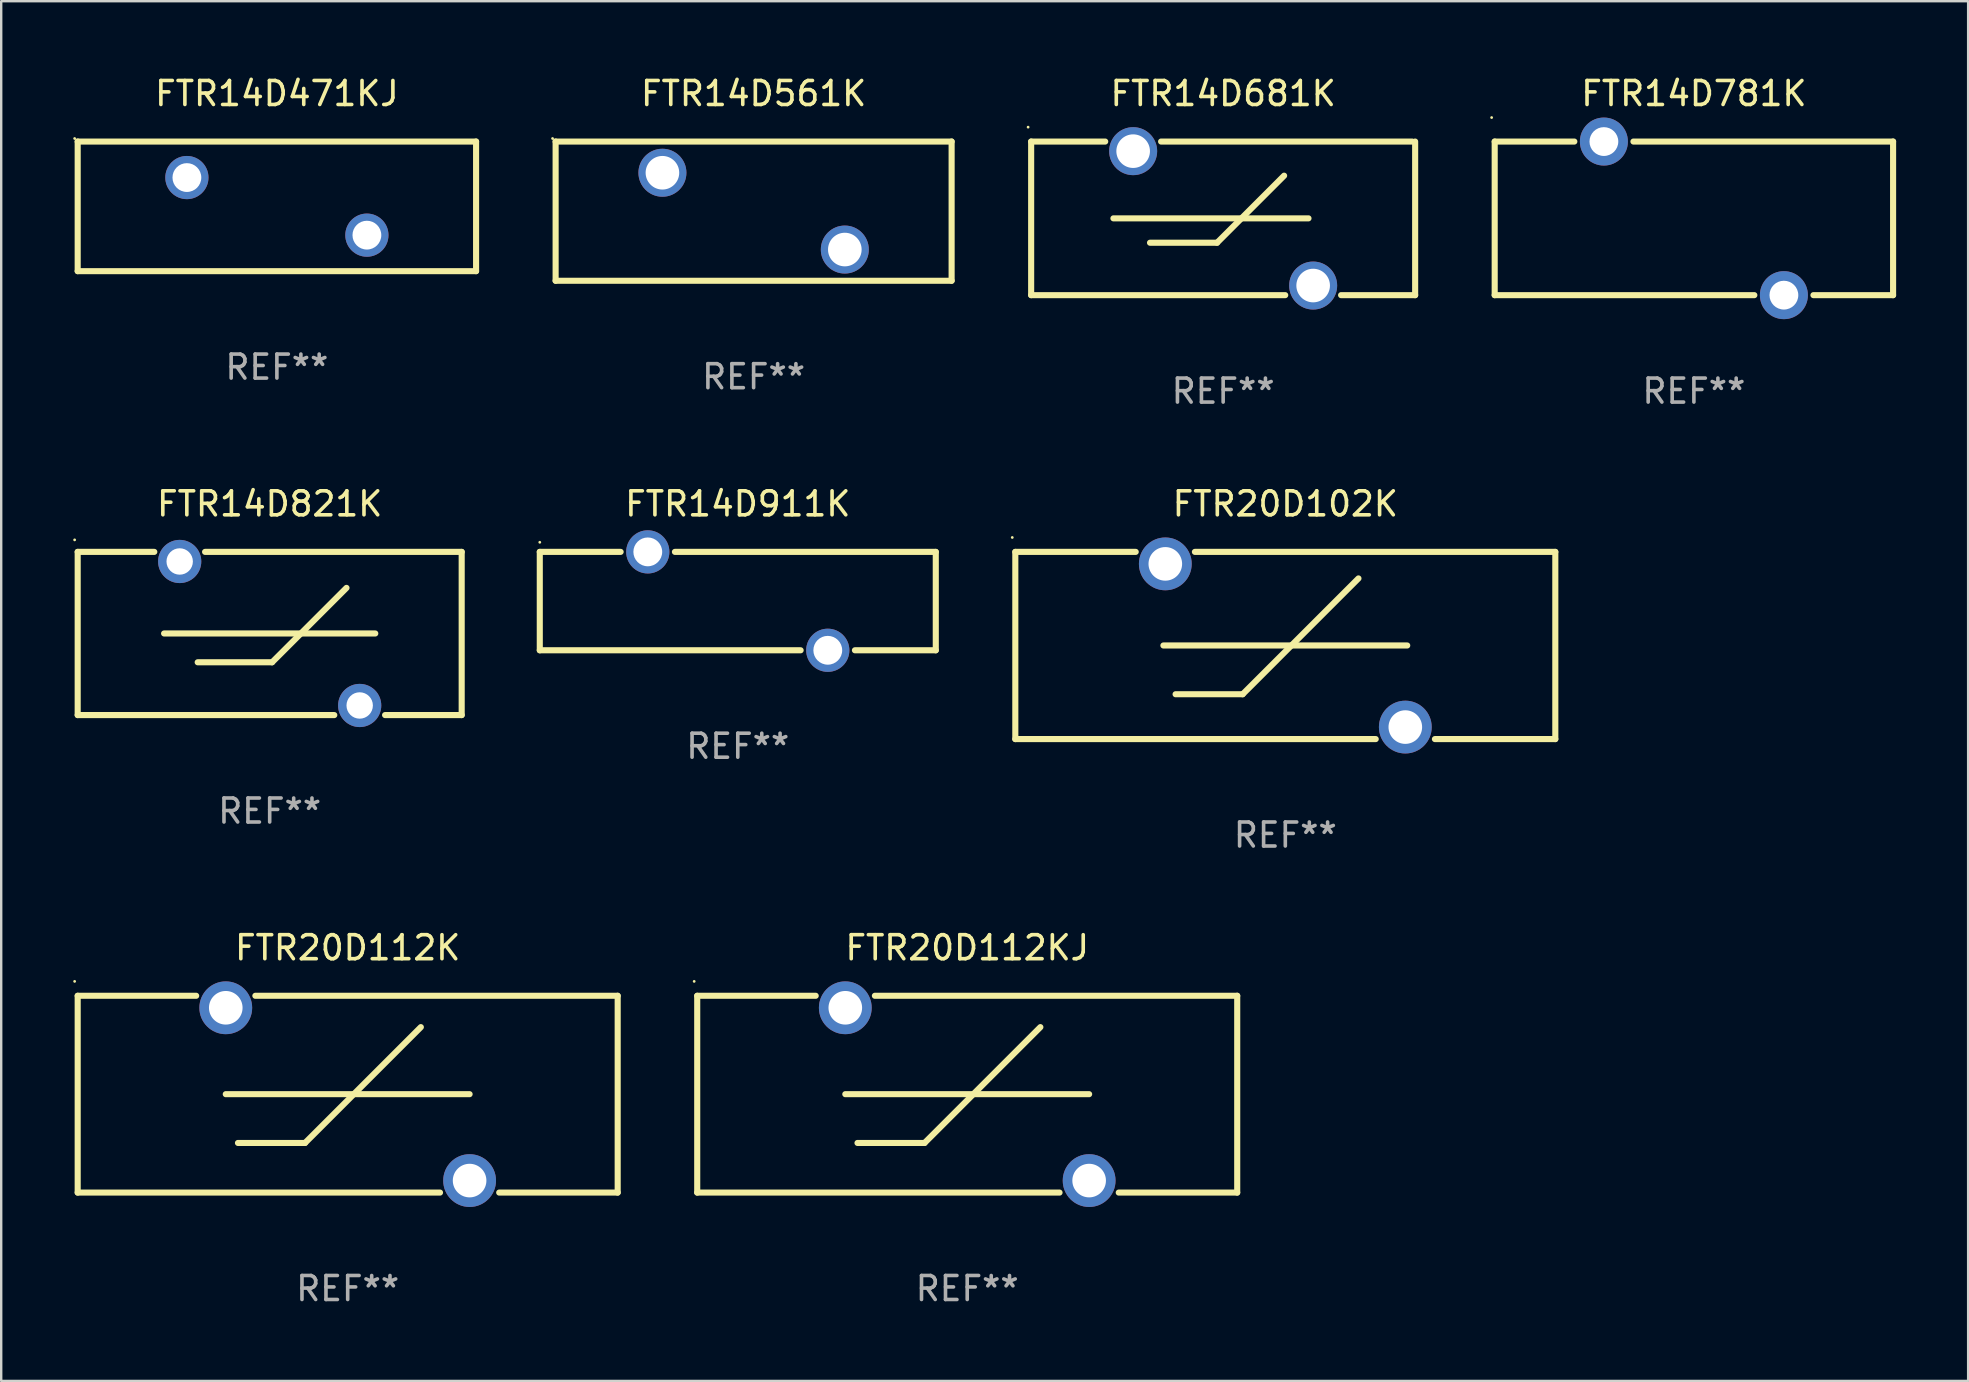
<source format=kicad_pcb>
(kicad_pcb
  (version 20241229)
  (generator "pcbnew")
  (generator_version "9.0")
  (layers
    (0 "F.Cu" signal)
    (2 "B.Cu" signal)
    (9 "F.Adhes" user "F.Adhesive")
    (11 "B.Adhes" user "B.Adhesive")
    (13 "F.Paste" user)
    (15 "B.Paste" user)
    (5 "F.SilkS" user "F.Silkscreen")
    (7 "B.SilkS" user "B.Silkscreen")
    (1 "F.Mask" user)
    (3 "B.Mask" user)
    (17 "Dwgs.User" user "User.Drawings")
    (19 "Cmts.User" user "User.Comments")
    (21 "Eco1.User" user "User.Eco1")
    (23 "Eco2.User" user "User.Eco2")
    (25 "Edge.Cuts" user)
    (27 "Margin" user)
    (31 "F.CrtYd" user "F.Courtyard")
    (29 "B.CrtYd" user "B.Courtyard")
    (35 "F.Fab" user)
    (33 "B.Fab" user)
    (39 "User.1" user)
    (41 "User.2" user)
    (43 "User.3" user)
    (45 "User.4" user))
  (footprint "FTR14D821K"
    (layer "F.Cu")
    (at 8.187 23.345)
    (property "Reference" "FTR14D821K" (at 0 -5.4 0) (layer "F.SilkS") (effects (font (size 1 1) (thickness 0.15))))
    (attr through_hole)
    (fp_line (start -8 -3.4) (end -8 3.4) (stroke (width 0.254) (type solid)) (layer "F.SilkS"))
    (fp_line (start -8 -3.4) (end -4.808 -3.4) (stroke (width 0.254) (type solid)) (layer "F.SilkS"))
    (fp_line (start -8 3.4) (end 2.692 3.4) (stroke (width 0.254) (type solid)) (layer "F.SilkS"))
    (fp_line (start -4.4 0) (end 4.4 0) (stroke (width 0.254) (type solid)) (layer "F.SilkS"))
    (fp_line (start -3 1.2) (end 0.1 1.2) (stroke (width 0.254) (type solid)) (layer "F.SilkS"))
    (fp_line (start -2.692 -3.4) (end 8 -3.4) (stroke (width 0.254) (type solid)) (layer "F.SilkS"))
    (fp_line (start 0.1 1.2) (end 3.2 -1.9) (stroke (width 0.254) (type solid)) (layer "F.SilkS"))
    (fp_line (start 4.808 3.4) (end 8 3.4) (stroke (width 0.254) (type solid)) (layer "F.SilkS"))
    (fp_line (start 8 -3.4) (end 8 3.4) (stroke (width 0.254) (type solid)) (layer "F.SilkS"))
    (fp_circle (center -8.127 -3.9) (end -8.097 -3.9) (stroke (width 0.06) (type solid)) (fill no) (layer "F.SilkS"))
    (fp_text user "REF**" (at 0 7.4 0) (layer "F.Fab") (effects (font (size 1 1) (thickness 0.15))))
    (pad "1" thru_hole circle (at -3.75 -3) (size 1.8 1.8) (drill 1.1) (layers "*.Cu" "*.Mask"))
    (pad "2" thru_hole circle (at 3.75 3) (size 1.8 1.8) (drill 1.1) (layers "*.Cu" "*.Mask")))
  (footprint "FTR14D561K"
    (layer "F.Cu")
    (at 28.351 5.748)
    (property "Reference" "FTR14D561K" (at 0 -4.9 0) (layer "F.SilkS") (effects (font (size 1 1) (thickness 0.15))))
    (attr through_hole)
    (fp_line (start -8.25 -2.9) (end -8.25 2.9) (stroke (width 0.254) (type solid)) (layer "F.SilkS"))
    (fp_line (start -8.25 -2.9) (end 8.25 -2.9) (stroke (width 0.254) (type solid)) (layer "F.SilkS"))
    (fp_line (start 8.25 -2.9) (end 8.25 2.9) (stroke (width 0.254) (type solid)) (layer "F.SilkS"))
    (fp_line (start 8.25 2.9) (end -8.25 2.9) (stroke (width 0.254) (type solid)) (layer "F.SilkS"))
    (fp_circle (center -8.377 -3.027) (end -8.347 -3.027) (stroke (width 0.06) (type solid)) (fill no) (layer "F.SilkS"))
    (fp_text user "REF**" (at 0 6.9 0) (layer "F.Fab") (effects (font (size 1 1) (thickness 0.15))))
    (pad "1" thru_hole circle (at -3.8 -1.6) (size 2 2) (drill 1.4) (layers "*.Cu" "*.Mask"))
    (pad "2" thru_hole circle (at 3.8 1.6) (size 2 2) (drill 1.4) (layers "*.Cu" "*.Mask")))
  (footprint "FTR20D112K"
    (layer "F.Cu")
    (at 11.437 42.541)
    (property "Reference" "FTR20D112K" (at 0 -6.1 0) (layer "F.SilkS") (effects (font (size 1 1) (thickness 0.15))))
    (attr through_hole)
    (fp_line (start -11.25 -4.1) (end -11.25 4.1) (stroke (width 0.254) (type solid)) (layer "F.SilkS"))
    (fp_line (start -11.25 -4.1) (end -6.313 -4.1) (stroke (width 0.254) (type solid)) (layer "F.SilkS"))
    (fp_line (start -11.25 4.1) (end 3.847 4.1) (stroke (width 0.254) (type solid)) (layer "F.SilkS"))
    (fp_line (start -5.08 -0.000127) (end 5.08 -0.000127) (stroke (width 0.254) (type solid)) (layer "F.SilkS"))
    (fp_line (start -4.572 2.032) (end -1.778 2.032) (stroke (width 0.254) (type solid)) (layer "F.SilkS"))
    (fp_line (start -3.847 -4.1) (end 11.25 -4.1) (stroke (width 0.254) (type solid)) (layer "F.SilkS"))
    (fp_line (start -1.778 2.032) (end 3.048 -2.794) (stroke (width 0.254) (type solid)) (layer "F.SilkS"))
    (fp_line (start 6.313 4.1) (end 11.25 4.1) (stroke (width 0.254) (type solid)) (layer "F.SilkS"))
    (fp_line (start 11.25 4.1) (end 11.25 -4.1) (stroke (width 0.254) (type solid)) (layer "F.SilkS"))
    (fp_circle (center -11.377 -4.7) (end -11.347 -4.7) (stroke (width 0.06) (type solid)) (fill no) (layer "F.SilkS"))
    (fp_text user "REF**" (at 0 8.1 0) (layer "F.Fab") (effects (font (size 1 1) (thickness 0.15))))
    (pad "1" thru_hole circle (at -5.08 -3.6) (size 2.2 2.2) (drill 1.4) (layers "*.Cu" "*.Mask"))
    (pad "2" thru_hole circle (at 5.08 3.6) (size 2.2 2.2) (drill 1.4) (layers "*.Cu" "*.Mask")))
  (footprint "FTR14D781K"
    (layer "F.Cu")
    (at 67.529 6.048)
    (property "Reference" "FTR14D781K" (at 0 -5.2 0) (layer "F.SilkS") (effects (font (size 1 1) (thickness 0.15))))
    (attr through_hole)
    (fp_line (start -8.3 -3.2) (end -8.3 3.2) (stroke (width 0.254) (type solid)) (layer "F.SilkS"))
    (fp_line (start -8.3 -3.2) (end -4.981 -3.2) (stroke (width 0.254) (type solid)) (layer "F.SilkS"))
    (fp_line (start -8.3 3.2) (end 2.519 3.2) (stroke (width 0.254) (type solid)) (layer "F.SilkS"))
    (fp_line (start -2.519 -3.2) (end 8.3 -3.2) (stroke (width 0.254) (type solid)) (layer "F.SilkS"))
    (fp_line (start 4.981 3.2) (end 8.3 3.2) (stroke (width 0.254) (type solid)) (layer "F.SilkS"))
    (fp_line (start 8.3 -3.2) (end 8.3 3.2) (stroke (width 0.254) (type solid)) (layer "F.SilkS"))
    (fp_circle (center -8.427 -4.2) (end -8.397 -4.2) (stroke (width 0.06) (type solid)) (fill no) (layer "F.SilkS"))
    (fp_text user "REF**" (at 0 7.2 0) (layer "F.Fab") (effects (font (size 1 1) (thickness 0.15))))
    (pad "1" thru_hole circle (at -3.75 -3.2) (size 2 2) (drill 1.2) (layers "*.Cu" "*.Mask"))
    (pad "2" thru_hole circle (at 3.75 3.2) (size 2 2) (drill 1.2) (layers "*.Cu" "*.Mask")))
  (footprint "FTR14D681K"
    (layer "F.Cu")
    (at 47.915 6.048)
    (property "Reference" "FTR14D681K" (at 0 -5.2 0) (layer "F.SilkS") (effects (font (size 1 1) (thickness 0.15))))
    (attr through_hole)
    (fp_line (start -8 -3.2) (end -8 3.2) (stroke (width 0.254) (type solid)) (layer "F.SilkS"))
    (fp_line (start -8 -3.2) (end -4.914 -3.2) (stroke (width 0.254) (type solid)) (layer "F.SilkS"))
    (fp_line (start -8 3.2) (end 2.586 3.2) (stroke (width 0.254) (type solid)) (layer "F.SilkS"))
    (fp_line (start -4.572 0) (end 3.556 0) (stroke (width 0.254) (type solid)) (layer "F.SilkS"))
    (fp_line (start -3.048 1.016) (end -0.254 1.016) (stroke (width 0.254) (type solid)) (layer "F.SilkS"))
    (fp_line (start -2.586 -3.2) (end 7.874 -3.2) (stroke (width 0.254) (type solid)) (layer "F.SilkS"))
    (fp_line (start -0.254 1.016) (end 2.54 -1.778) (stroke (width 0.254) (type solid)) (layer "F.SilkS"))
    (fp_line (start 4.914 3.2) (end 8 3.2) (stroke (width 0.254) (type solid)) (layer "F.SilkS"))
    (fp_line (start 8 -3.2) (end 8 3.2) (stroke (width 0.254) (type solid)) (layer "F.SilkS"))
    (fp_circle (center -8.127 -3.8) (end -8.097 -3.8) (stroke (width 0.06) (type solid)) (fill no) (layer "F.SilkS"))
    (fp_text user "REF**" (at 0 7.2 0) (layer "F.Fab") (effects (font (size 1 1) (thickness 0.15))))
    (pad "1" thru_hole circle (at -3.75 -2.8) (size 2 2) (drill 1.4) (layers "*.Cu" "*.Mask"))
    (pad "2" thru_hole circle (at 3.75 2.8) (size 2 2) (drill 1.4) (layers "*.Cu" "*.Mask")))
  (footprint "FTR14D471KJ"
    (layer "F.Cu")
    (at 8.487 5.548)
    (property "Reference" "FTR14D471KJ" (at 0 -4.7 0) (layer "F.SilkS") (effects (font (size 1 1) (thickness 0.15))))
    (attr through_hole)
    (fp_line (start -8.3 -2.7) (end 8.3 -2.7) (stroke (width 0.254) (type solid)) (layer "F.SilkS"))
    (fp_line (start -8.3 2.7) (end -8.3 -2.7) (stroke (width 0.254) (type solid)) (layer "F.SilkS"))
    (fp_line (start 8.3 -2.7) (end 8.3 2.7) (stroke (width 0.254) (type solid)) (layer "F.SilkS"))
    (fp_line (start 8.3 2.7) (end -8.3 2.7) (stroke (width 0.254) (type solid)) (layer "F.SilkS"))
    (fp_circle (center -8.427 -2.827) (end -8.397 -2.827) (stroke (width 0.06) (type solid)) (fill no) (layer "F.SilkS"))
    (fp_text user "REF**" (at 0 6.7 0) (layer "F.Fab") (effects (font (size 1 1) (thickness 0.15))))
    (pad "1" thru_hole circle (at -3.75 -1.2) (size 1.8 1.8) (drill 1.2) (layers "*.Cu" "*.Mask"))
    (pad "2" thru_hole circle (at 3.75 1.2) (size 1.8 1.8) (drill 1.2) (layers "*.Cu" "*.Mask")))
  (footprint "FTR14D911K"
    (layer "F.Cu")
    (at 27.691 21.995)
    (property "Reference" "FTR14D911K" (at 0 -4.05 0) (layer "F.SilkS") (effects (font (size 1 1) (thickness 0.15))))
    (attr through_hole)
    (fp_line (start -8.25 -2.05) (end -4.881 -2.05) (stroke (width 0.254) (type solid)) (layer "F.SilkS"))
    (fp_line (start -8.25 2.05) (end -8.25 -2.05) (stroke (width 0.254) (type solid)) (layer "F.SilkS"))
    (fp_line (start -8.25 2.05) (end 2.619 2.05) (stroke (width 0.254) (type solid)) (layer "F.SilkS"))
    (fp_line (start 4.881 2.05) (end 8.25 2.05) (stroke (width 0.254) (type solid)) (layer "F.SilkS"))
    (fp_line (start 8.25 -2.05) (end -2.619 -2.05) (stroke (width 0.254) (type solid)) (layer "F.SilkS"))
    (fp_line (start 8.25 -2.05) (end 8.25 2.05) (stroke (width 0.254) (type solid)) (layer "F.SilkS"))
    (fp_circle (center -8.25 -2.45) (end -8.22 -2.45) (stroke (width 0.06) (type solid)) (fill no) (layer "F.SilkS"))
    (fp_text user "REF**" (at 0 6.05 0) (layer "F.Fab") (effects (font (size 1 1) (thickness 0.15))))
    (pad "1" thru_hole circle (at -3.75 -2.05) (size 1.8 1.8) (drill 1.2) (layers "*.Cu" "*.Mask"))
    (pad "2" thru_hole circle (at 3.75 2.05) (size 1.8 1.8) (drill 1.2) (layers "*.Cu" "*.Mask")))
  (footprint "FTR20D102K"
    (layer "F.Cu")
    (at 50.505 23.845)
    (property "Reference" "FTR20D102K" (at 0 -5.9 0) (layer "F.SilkS") (effects (font (size 1 1) (thickness 0.15))))
    (attr through_hole)
    (fp_line (start -11.25 -3.9) (end -6.233 -3.9) (stroke (width 0.254) (type solid)) (layer "F.SilkS"))
    (fp_line (start -11.25 3.9) (end -11.25 -3.9) (stroke (width 0.254) (type solid)) (layer "F.SilkS"))
    (fp_line (start -11.25 3.9) (end 3.767 3.9) (stroke (width 0.254) (type solid)) (layer "F.SilkS"))
    (fp_line (start -5.08 -0.000127) (end 5.08 -0.000127) (stroke (width 0.254) (type solid)) (layer "F.SilkS"))
    (fp_line (start -4.572 2.032) (end -1.778 2.032) (stroke (width 0.254) (type solid)) (layer "F.SilkS"))
    (fp_line (start -3.767 -3.9) (end 11.25 -3.9) (stroke (width 0.254) (type solid)) (layer "F.SilkS"))
    (fp_line (start -1.778 2.032) (end 3.048 -2.794) (stroke (width 0.254) (type solid)) (layer "F.SilkS"))
    (fp_line (start 6.233 3.9) (end 11.25 3.9) (stroke (width 0.254) (type solid)) (layer "F.SilkS"))
    (fp_line (start 11.25 3.9) (end 11.25 -3.9) (stroke (width 0.254) (type solid)) (layer "F.SilkS"))
    (fp_circle (center -11.377 -4.5) (end -11.347 -4.5) (stroke (width 0.06) (type solid)) (fill no) (layer "F.SilkS"))
    (fp_text user "REF**" (at 0 7.9 0) (layer "F.Fab") (effects (font (size 1 1) (thickness 0.15))))
    (pad "1" thru_hole circle (at -5 -3.4) (size 2.2 2.2) (drill 1.4) (layers "*.Cu" "*.Mask"))
    (pad "2" thru_hole circle (at 5 3.4) (size 2.2 2.2) (drill 1.4) (layers "*.Cu" "*.Mask")))
  (footprint "FTR20D112KJ"
    (layer "F.Cu")
    (at 37.251 42.541)
    (property "Reference" "FTR20D112KJ" (at 0 -6.1 0) (layer "F.SilkS") (effects (font (size 1 1) (thickness 0.15))))
    (attr through_hole)
    (fp_line (start -11.25 -4.1) (end -11.25 4.1) (stroke (width 0.254) (type solid)) (layer "F.SilkS"))
    (fp_line (start -11.25 -4.1) (end -6.313 -4.1) (stroke (width 0.254) (type solid)) (layer "F.SilkS"))
    (fp_line (start -11.25 4.1) (end 3.847 4.1) (stroke (width 0.254) (type solid)) (layer "F.SilkS"))
    (fp_line (start -5.08 -0.000127) (end 5.08 -0.000127) (stroke (width 0.254) (type solid)) (layer "F.SilkS"))
    (fp_line (start -4.572 2.032) (end -1.778 2.032) (stroke (width 0.254) (type solid)) (layer "F.SilkS"))
    (fp_line (start -3.847 -4.1) (end 11.25 -4.1) (stroke (width 0.254) (type solid)) (layer "F.SilkS"))
    (fp_line (start -1.778 2.032) (end 3.048 -2.794) (stroke (width 0.254) (type solid)) (layer "F.SilkS"))
    (fp_line (start 6.313 4.1) (end 11.25 4.1) (stroke (width 0.254) (type solid)) (layer "F.SilkS"))
    (fp_line (start 11.25 4.1) (end 11.25 -4.1) (stroke (width 0.254) (type solid)) (layer "F.SilkS"))
    (fp_circle (center -11.377 -4.7) (end -11.347 -4.7) (stroke (width 0.06) (type solid)) (fill no) (layer "F.SilkS"))
    (fp_text user "REF**" (at 0 8.1 0) (layer "F.Fab") (effects (font (size 1 1) (thickness 0.15))))
    (pad "1" thru_hole circle (at -5.08 -3.6) (size 2.2 2.2) (drill 1.4) (layers "*.Cu" "*.Mask"))
    (pad "2" thru_hole circle (at 5.08 3.6) (size 2.2 2.2) (drill 1.4) (layers "*.Cu" "*.Mask")))
  (gr_rect
    (start -3 -3)
    (end 78.956 54.489)
    (stroke (width 0.1) (type default))
    (fill no)
    (layer "Edge.Cuts")))
</source>
